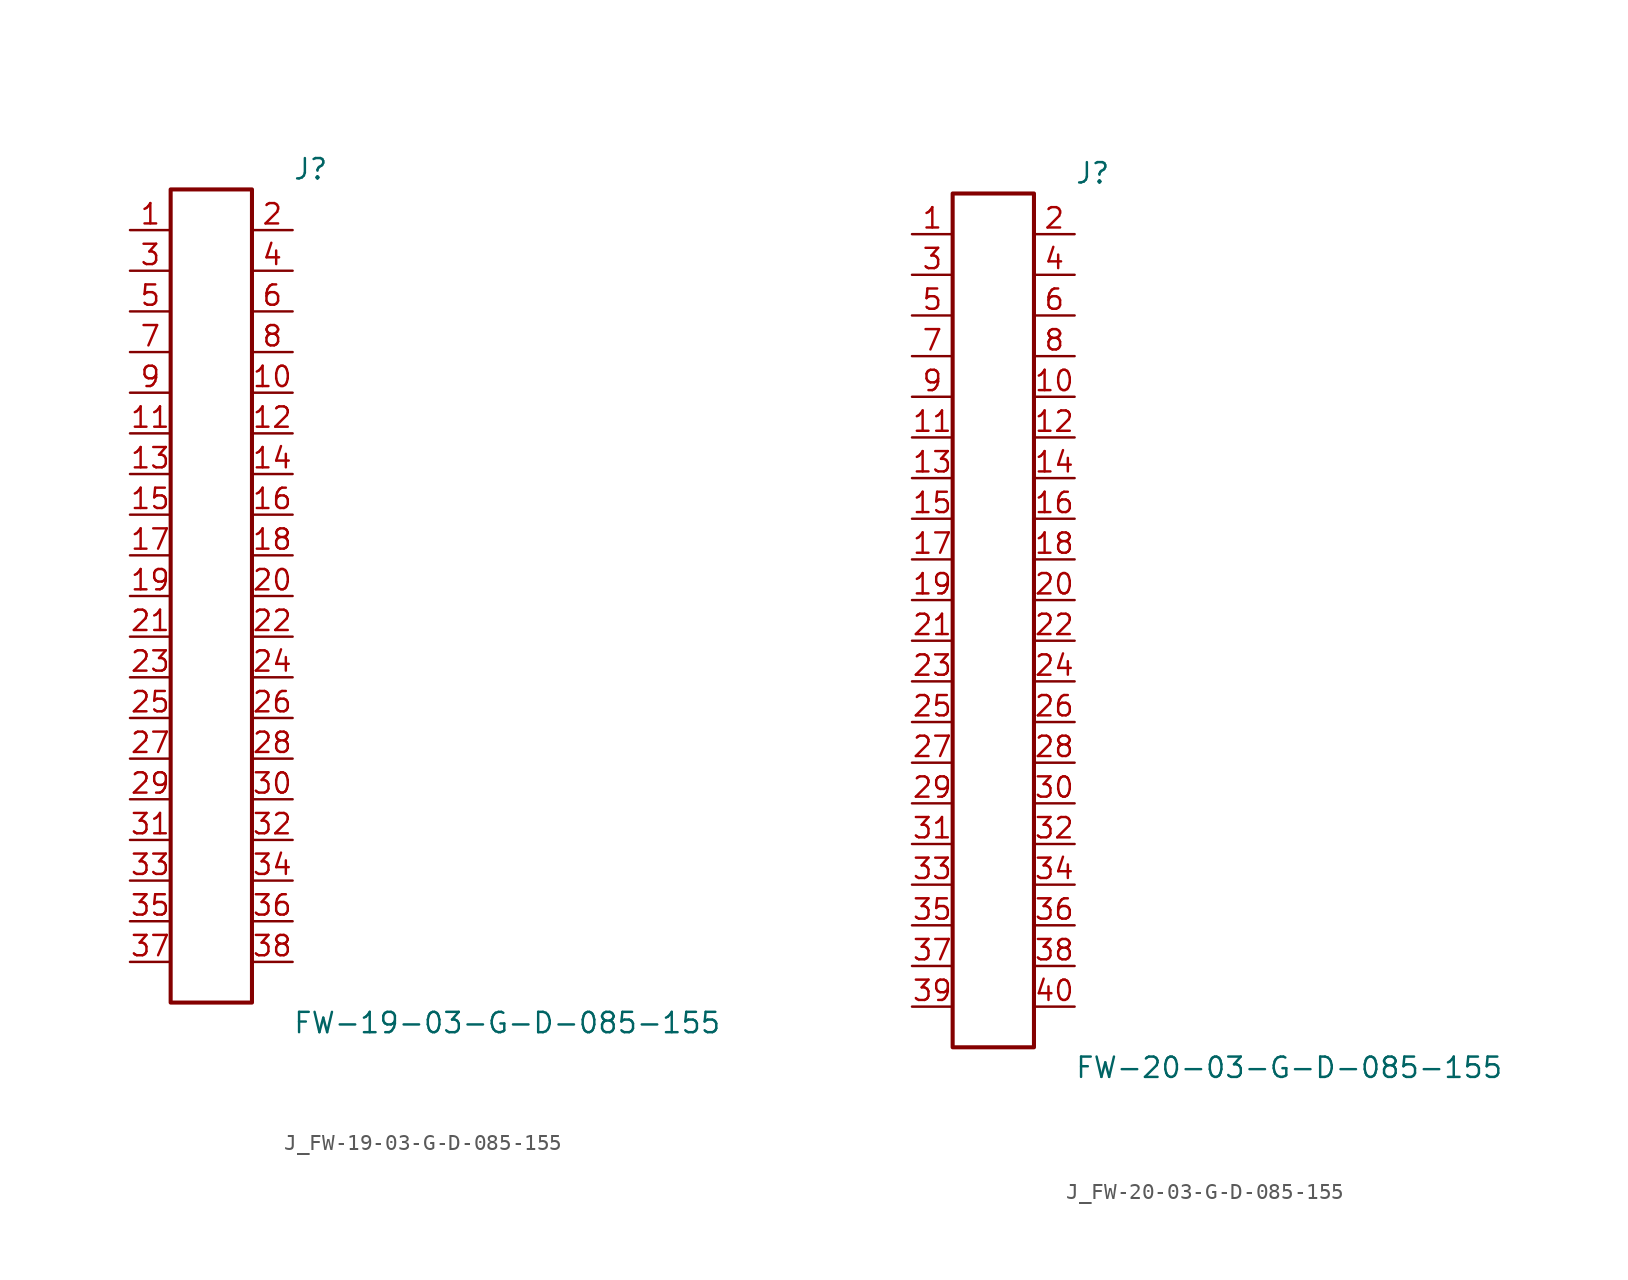
<source format=kicad_sym>
(kicad_symbol_lib
  (version 20231120)
  (generator kicad_symbol_editor)
  (generator_version 8.0)
  (symbol "J_FW-19-03-G-D-085-155"
    (pin_names
      (offset 0.254))
    (property "Reference" "J"
      (at 5.08 26.67 0)
      (effects (font (size 1.27 1.27)) (justify left)))
    (property "Value" "FW-19-03-G-D-085-155"
      (at 5.08 -26.67 0)
      (effects (font (size 1.27 1.27)) (justify left)))
    (symbol "J_FW-19-03-G-D-085-155_0_0"
      (pin unspecified line (at -5.08 22.86 0) (length 2.54) (name "" (effects (font (size 1.27 1.27)))) (number "1" (effects (font (size 1.27 1.27)))))
      (pin unspecified line (at 5.08 22.86 180) (length 2.54) (name "" (effects (font (size 1.27 1.27)))) (number "2" (effects (font (size 1.27 1.27)))))
      (pin unspecified line (at -5.08 20.32 0) (length 2.54) (name "" (effects (font (size 1.27 1.27)))) (number "3" (effects (font (size 1.27 1.27)))))
      (pin unspecified line (at 5.08 20.32 180) (length 2.54) (name "" (effects (font (size 1.27 1.27)))) (number "4" (effects (font (size 1.27 1.27)))))
      (pin unspecified line (at -5.08 17.78 0) (length 2.54) (name "" (effects (font (size 1.27 1.27)))) (number "5" (effects (font (size 1.27 1.27)))))
      (pin unspecified line (at 5.08 17.78 180) (length 2.54) (name "" (effects (font (size 1.27 1.27)))) (number "6" (effects (font (size 1.27 1.27)))))
      (pin unspecified line (at -5.08 15.24 0) (length 2.54) (name "" (effects (font (size 1.27 1.27)))) (number "7" (effects (font (size 1.27 1.27)))))
      (pin unspecified line (at 5.08 15.24 180) (length 2.54) (name "" (effects (font (size 1.27 1.27)))) (number "8" (effects (font (size 1.27 1.27)))))
      (pin unspecified line (at -5.08 12.7 0) (length 2.54) (name "" (effects (font (size 1.27 1.27)))) (number "9" (effects (font (size 1.27 1.27)))))
      (pin unspecified line (at 5.08 12.7 180) (length 2.54) (name "" (effects (font (size 1.27 1.27)))) (number "10" (effects (font (size 1.27 1.27)))))
      (pin unspecified line (at -5.08 10.16 0) (length 2.54) (name "" (effects (font (size 1.27 1.27)))) (number "11" (effects (font (size 1.27 1.27)))))
      (pin unspecified line (at 5.08 10.16 180) (length 2.54) (name "" (effects (font (size 1.27 1.27)))) (number "12" (effects (font (size 1.27 1.27)))))
      (pin unspecified line (at -5.08 7.62 0) (length 2.54) (name "" (effects (font (size 1.27 1.27)))) (number "13" (effects (font (size 1.27 1.27)))))
      (pin unspecified line (at 5.08 7.62 180) (length 2.54) (name "" (effects (font (size 1.27 1.27)))) (number "14" (effects (font (size 1.27 1.27)))))
      (pin unspecified line (at -5.08 5.08 0) (length 2.54) (name "" (effects (font (size 1.27 1.27)))) (number "15" (effects (font (size 1.27 1.27)))))
      (pin unspecified line (at 5.08 5.08 180) (length 2.54) (name "" (effects (font (size 1.27 1.27)))) (number "16" (effects (font (size 1.27 1.27)))))
      (pin unspecified line (at -5.08 2.54 0) (length 2.54) (name "" (effects (font (size 1.27 1.27)))) (number "17" (effects (font (size 1.27 1.27)))))
      (pin unspecified line (at 5.08 2.54 180) (length 2.54) (name "" (effects (font (size 1.27 1.27)))) (number "18" (effects (font (size 1.27 1.27)))))
      (pin unspecified line (at -5.08 0.0 0) (length 2.54) (name "" (effects (font (size 1.27 1.27)))) (number "19" (effects (font (size 1.27 1.27)))))
      (pin unspecified line (at 5.08 0.0 180) (length 2.54) (name "" (effects (font (size 1.27 1.27)))) (number "20" (effects (font (size 1.27 1.27)))))
      (pin unspecified line (at -5.08 -2.54 0) (length 2.54) (name "" (effects (font (size 1.27 1.27)))) (number "21" (effects (font (size 1.27 1.27)))))
      (pin unspecified line (at 5.08 -2.54 180) (length 2.54) (name "" (effects (font (size 1.27 1.27)))) (number "22" (effects (font (size 1.27 1.27)))))
      (pin unspecified line (at -5.08 -5.08 0) (length 2.54) (name "" (effects (font (size 1.27 1.27)))) (number "23" (effects (font (size 1.27 1.27)))))
      (pin unspecified line (at 5.08 -5.08 180) (length 2.54) (name "" (effects (font (size 1.27 1.27)))) (number "24" (effects (font (size 1.27 1.27)))))
      (pin unspecified line (at -5.08 -7.62 0) (length 2.54) (name "" (effects (font (size 1.27 1.27)))) (number "25" (effects (font (size 1.27 1.27)))))
      (pin unspecified line (at 5.08 -7.62 180) (length 2.54) (name "" (effects (font (size 1.27 1.27)))) (number "26" (effects (font (size 1.27 1.27)))))
      (pin unspecified line (at -5.08 -10.16 0) (length 2.54) (name "" (effects (font (size 1.27 1.27)))) (number "27" (effects (font (size 1.27 1.27)))))
      (pin unspecified line (at 5.08 -10.16 180) (length 2.54) (name "" (effects (font (size 1.27 1.27)))) (number "28" (effects (font (size 1.27 1.27)))))
      (pin unspecified line (at -5.08 -12.7 0) (length 2.54) (name "" (effects (font (size 1.27 1.27)))) (number "29" (effects (font (size 1.27 1.27)))))
      (pin unspecified line (at 5.08 -12.7 180) (length 2.54) (name "" (effects (font (size 1.27 1.27)))) (number "30" (effects (font (size 1.27 1.27)))))
      (pin unspecified line (at -5.08 -15.24 0) (length 2.54) (name "" (effects (font (size 1.27 1.27)))) (number "31" (effects (font (size 1.27 1.27)))))
      (pin unspecified line (at 5.08 -15.24 180) (length 2.54) (name "" (effects (font (size 1.27 1.27)))) (number "32" (effects (font (size 1.27 1.27)))))
      (pin unspecified line (at -5.08 -17.78 0) (length 2.54) (name "" (effects (font (size 1.27 1.27)))) (number "33" (effects (font (size 1.27 1.27)))))
      (pin unspecified line (at 5.08 -17.78 180) (length 2.54) (name "" (effects (font (size 1.27 1.27)))) (number "34" (effects (font (size 1.27 1.27)))))
      (pin unspecified line (at -5.08 -20.32 0) (length 2.54) (name "" (effects (font (size 1.27 1.27)))) (number "35" (effects (font (size 1.27 1.27)))))
      (pin unspecified line (at 5.08 -20.32 180) (length 2.54) (name "" (effects (font (size 1.27 1.27)))) (number "36" (effects (font (size 1.27 1.27)))))
      (pin unspecified line (at -5.08 -22.86 0) (length 2.54) (name "" (effects (font (size 1.27 1.27)))) (number "37" (effects (font (size 1.27 1.27)))))
      (pin unspecified line (at 5.08 -22.86 180) (length 2.54) (name "" (effects (font (size 1.27 1.27)))) (number "38" (effects (font (size 1.27 1.27))))))
    (symbol "J_FW-19-03-G-D-085-155_1_0"
      (rectangle (start -2.54 25.4) (end 2.54 -25.4) (stroke (width 0.254) (type solid)) (fill (type none)))))
  (symbol "J_FW-20-03-G-D-085-155"
    (pin_names
      (offset 0.254))
    (property "Reference" "J"
      (at 5.08 27.94 0)
      (effects (font (size 1.27 1.27)) (justify left)))
    (property "Value" "FW-20-03-G-D-085-155"
      (at 5.08 -27.94 0)
      (effects (font (size 1.27 1.27)) (justify left)))
    (symbol "J_FW-20-03-G-D-085-155_0_0"
      (pin unspecified line (at -5.08 24.13 0) (length 2.54) (name "" (effects (font (size 1.27 1.27)))) (number "1" (effects (font (size 1.27 1.27)))))
      (pin unspecified line (at 5.08 24.13 180) (length 2.54) (name "" (effects (font (size 1.27 1.27)))) (number "2" (effects (font (size 1.27 1.27)))))
      (pin unspecified line (at -5.08 21.59 0) (length 2.54) (name "" (effects (font (size 1.27 1.27)))) (number "3" (effects (font (size 1.27 1.27)))))
      (pin unspecified line (at 5.08 21.59 180) (length 2.54) (name "" (effects (font (size 1.27 1.27)))) (number "4" (effects (font (size 1.27 1.27)))))
      (pin unspecified line (at -5.08 19.05 0) (length 2.54) (name "" (effects (font (size 1.27 1.27)))) (number "5" (effects (font (size 1.27 1.27)))))
      (pin unspecified line (at 5.08 19.05 180) (length 2.54) (name "" (effects (font (size 1.27 1.27)))) (number "6" (effects (font (size 1.27 1.27)))))
      (pin unspecified line (at -5.08 16.51 0) (length 2.54) (name "" (effects (font (size 1.27 1.27)))) (number "7" (effects (font (size 1.27 1.27)))))
      (pin unspecified line (at 5.08 16.51 180) (length 2.54) (name "" (effects (font (size 1.27 1.27)))) (number "8" (effects (font (size 1.27 1.27)))))
      (pin unspecified line (at -5.08 13.97 0) (length 2.54) (name "" (effects (font (size 1.27 1.27)))) (number "9" (effects (font (size 1.27 1.27)))))
      (pin unspecified line (at 5.08 13.97 180) (length 2.54) (name "" (effects (font (size 1.27 1.27)))) (number "10" (effects (font (size 1.27 1.27)))))
      (pin unspecified line (at -5.08 11.43 0) (length 2.54) (name "" (effects (font (size 1.27 1.27)))) (number "11" (effects (font (size 1.27 1.27)))))
      (pin unspecified line (at 5.08 11.43 180) (length 2.54) (name "" (effects (font (size 1.27 1.27)))) (number "12" (effects (font (size 1.27 1.27)))))
      (pin unspecified line (at -5.08 8.89 0) (length 2.54) (name "" (effects (font (size 1.27 1.27)))) (number "13" (effects (font (size 1.27 1.27)))))
      (pin unspecified line (at 5.08 8.89 180) (length 2.54) (name "" (effects (font (size 1.27 1.27)))) (number "14" (effects (font (size 1.27 1.27)))))
      (pin unspecified line (at -5.08 6.35 0) (length 2.54) (name "" (effects (font (size 1.27 1.27)))) (number "15" (effects (font (size 1.27 1.27)))))
      (pin unspecified line (at 5.08 6.35 180) (length 2.54) (name "" (effects (font (size 1.27 1.27)))) (number "16" (effects (font (size 1.27 1.27)))))
      (pin unspecified line (at -5.08 3.81 0) (length 2.54) (name "" (effects (font (size 1.27 1.27)))) (number "17" (effects (font (size 1.27 1.27)))))
      (pin unspecified line (at 5.08 3.81 180) (length 2.54) (name "" (effects (font (size 1.27 1.27)))) (number "18" (effects (font (size 1.27 1.27)))))
      (pin unspecified line (at -5.08 1.27 0) (length 2.54) (name "" (effects (font (size 1.27 1.27)))) (number "19" (effects (font (size 1.27 1.27)))))
      (pin unspecified line (at 5.08 1.27 180) (length 2.54) (name "" (effects (font (size 1.27 1.27)))) (number "20" (effects (font (size 1.27 1.27)))))
      (pin unspecified line (at -5.08 -1.27 0) (length 2.54) (name "" (effects (font (size 1.27 1.27)))) (number "21" (effects (font (size 1.27 1.27)))))
      (pin unspecified line (at 5.08 -1.27 180) (length 2.54) (name "" (effects (font (size 1.27 1.27)))) (number "22" (effects (font (size 1.27 1.27)))))
      (pin unspecified line (at -5.08 -3.81 0) (length 2.54) (name "" (effects (font (size 1.27 1.27)))) (number "23" (effects (font (size 1.27 1.27)))))
      (pin unspecified line (at 5.08 -3.81 180) (length 2.54) (name "" (effects (font (size 1.27 1.27)))) (number "24" (effects (font (size 1.27 1.27)))))
      (pin unspecified line (at -5.08 -6.35 0) (length 2.54) (name "" (effects (font (size 1.27 1.27)))) (number "25" (effects (font (size 1.27 1.27)))))
      (pin unspecified line (at 5.08 -6.35 180) (length 2.54) (name "" (effects (font (size 1.27 1.27)))) (number "26" (effects (font (size 1.27 1.27)))))
      (pin unspecified line (at -5.08 -8.89 0) (length 2.54) (name "" (effects (font (size 1.27 1.27)))) (number "27" (effects (font (size 1.27 1.27)))))
      (pin unspecified line (at 5.08 -8.89 180) (length 2.54) (name "" (effects (font (size 1.27 1.27)))) (number "28" (effects (font (size 1.27 1.27)))))
      (pin unspecified line (at -5.08 -11.43 0) (length 2.54) (name "" (effects (font (size 1.27 1.27)))) (number "29" (effects (font (size 1.27 1.27)))))
      (pin unspecified line (at 5.08 -11.43 180) (length 2.54) (name "" (effects (font (size 1.27 1.27)))) (number "30" (effects (font (size 1.27 1.27)))))
      (pin unspecified line (at -5.08 -13.97 0) (length 2.54) (name "" (effects (font (size 1.27 1.27)))) (number "31" (effects (font (size 1.27 1.27)))))
      (pin unspecified line (at 5.08 -13.97 180) (length 2.54) (name "" (effects (font (size 1.27 1.27)))) (number "32" (effects (font (size 1.27 1.27)))))
      (pin unspecified line (at -5.08 -16.51 0) (length 2.54) (name "" (effects (font (size 1.27 1.27)))) (number "33" (effects (font (size 1.27 1.27)))))
      (pin unspecified line (at 5.08 -16.51 180) (length 2.54) (name "" (effects (font (size 1.27 1.27)))) (number "34" (effects (font (size 1.27 1.27)))))
      (pin unspecified line (at -5.08 -19.05 0) (length 2.54) (name "" (effects (font (size 1.27 1.27)))) (number "35" (effects (font (size 1.27 1.27)))))
      (pin unspecified line (at 5.08 -19.05 180) (length 2.54) (name "" (effects (font (size 1.27 1.27)))) (number "36" (effects (font (size 1.27 1.27)))))
      (pin unspecified line (at -5.08 -21.59 0) (length 2.54) (name "" (effects (font (size 1.27 1.27)))) (number "37" (effects (font (size 1.27 1.27)))))
      (pin unspecified line (at 5.08 -21.59 180) (length 2.54) (name "" (effects (font (size 1.27 1.27)))) (number "38" (effects (font (size 1.27 1.27)))))
      (pin unspecified line (at -5.08 -24.13 0) (length 2.54) (name "" (effects (font (size 1.27 1.27)))) (number "39" (effects (font (size 1.27 1.27)))))
      (pin unspecified line (at 5.08 -24.13 180) (length 2.54) (name "" (effects (font (size 1.27 1.27)))) (number "40" (effects (font (size 1.27 1.27))))))
    (symbol "J_FW-20-03-G-D-085-155_1_0"
      (rectangle (start -2.54 26.67) (end 2.54 -26.67) (stroke (width 0.254) (type solid)) (fill (type none))))))
</source>
